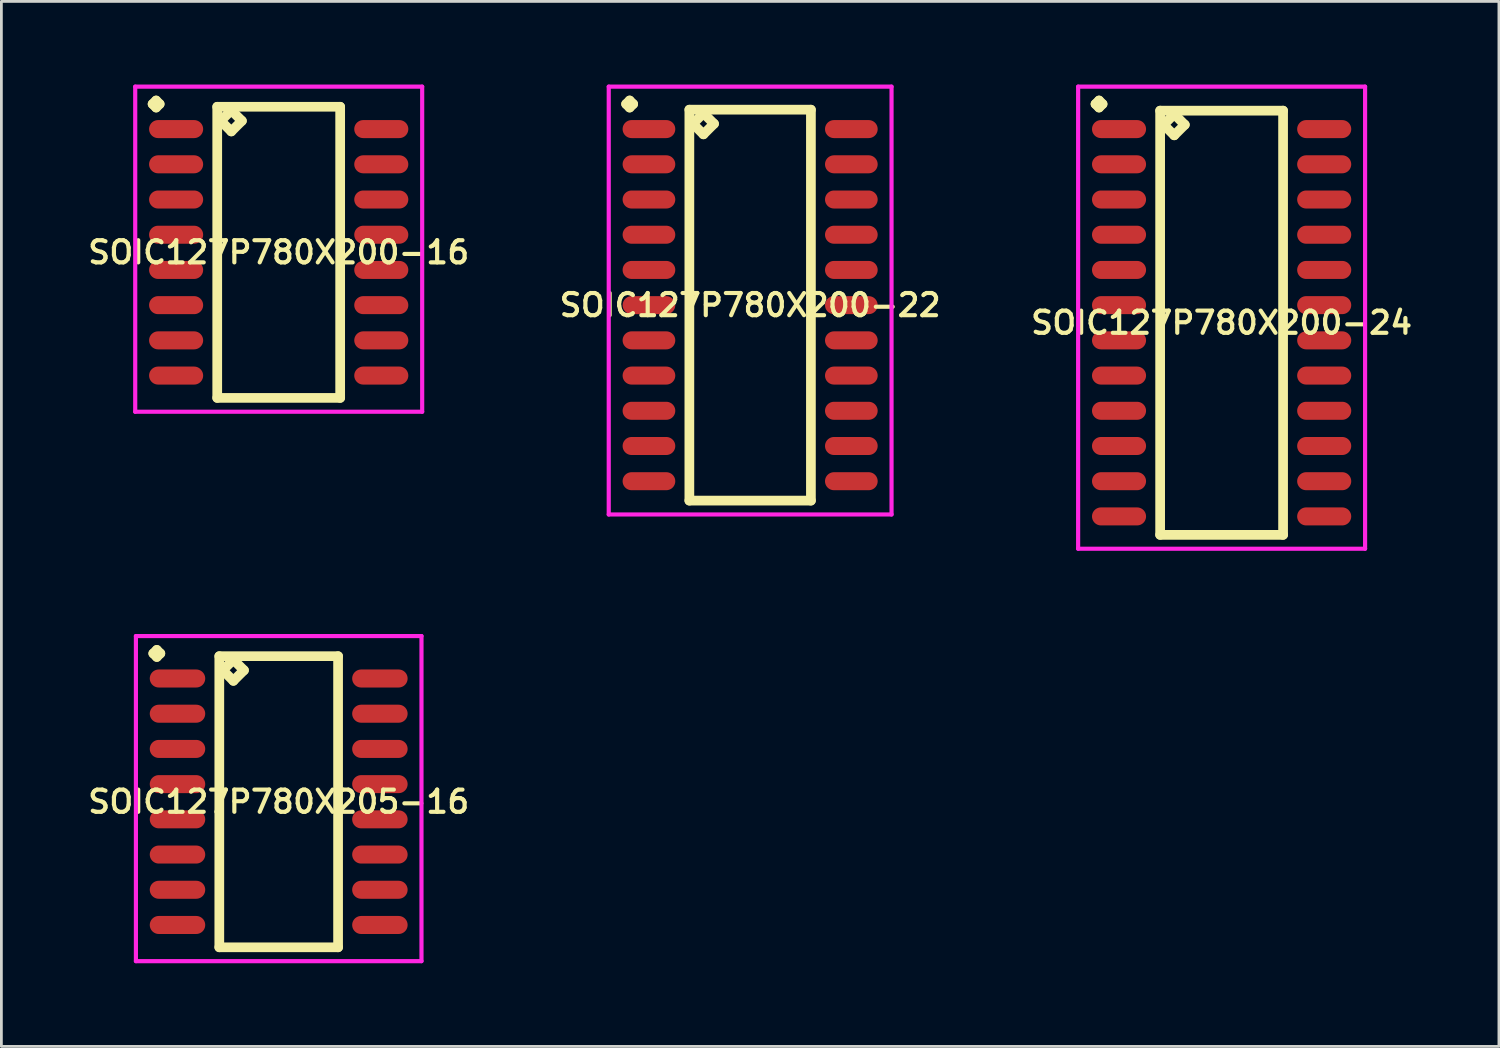
<source format=kicad_pcb>
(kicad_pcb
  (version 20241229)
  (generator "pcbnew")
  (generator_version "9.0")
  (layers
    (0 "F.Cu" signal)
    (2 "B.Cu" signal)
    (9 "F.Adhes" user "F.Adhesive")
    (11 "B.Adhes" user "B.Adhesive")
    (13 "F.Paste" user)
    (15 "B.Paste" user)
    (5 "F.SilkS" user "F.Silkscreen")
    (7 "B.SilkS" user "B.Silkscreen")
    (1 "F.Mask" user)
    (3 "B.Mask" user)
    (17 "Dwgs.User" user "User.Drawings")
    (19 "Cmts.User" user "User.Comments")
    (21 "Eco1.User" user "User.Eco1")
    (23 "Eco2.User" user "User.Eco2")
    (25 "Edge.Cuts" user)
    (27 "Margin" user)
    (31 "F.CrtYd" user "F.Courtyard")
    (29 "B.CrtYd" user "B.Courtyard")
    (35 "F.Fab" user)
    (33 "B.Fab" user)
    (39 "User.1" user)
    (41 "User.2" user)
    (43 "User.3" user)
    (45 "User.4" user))
  (footprint "SOIC127P780X205-16"
    (layer "F.Cu")
    (at 7.002 25.867)
    (property "Reference" "SOIC127P780X205-16" (at 0 0 0) (layer "F.SilkS") (effects (font (size 0.8 0.8) (thickness 0.15))))
    (attr smd)
    (fp_line (start -4.523 -5.349) (end -4.396 -5.476) (stroke (width 0.35) (type solid)) (layer "F.SilkS"))
    (fp_line (start -4.396 -5.476) (end -4.269 -5.349) (stroke (width 0.35) (type solid)) (layer "F.SilkS"))
    (fp_line (start -4.396 -5.222) (end -4.523 -5.349) (stroke (width 0.35) (type solid)) (layer "F.SilkS"))
    (fp_line (start -4.269 -5.349) (end -4.396 -5.222) (stroke (width 0.35) (type solid)) (layer "F.SilkS"))
    (fp_line (start -2.142 -5.25) (end -2.142 5.25) (stroke (width 0.35) (type solid)) (layer "F.SilkS"))
    (fp_line (start -2.142 5.25) (end 2.142 5.25) (stroke (width 0.35) (type solid)) (layer "F.SilkS"))
    (fp_line (start -2.015 -4.742) (end -1.634 -5.123) (stroke (width 0.35) (type solid)) (layer "F.SilkS"))
    (fp_line (start -1.634 -5.123) (end -1.253 -4.742) (stroke (width 0.35) (type solid)) (layer "F.SilkS"))
    (fp_line (start -1.634 -4.361) (end -2.015 -4.742) (stroke (width 0.35) (type solid)) (layer "F.SilkS"))
    (fp_line (start -1.253 -4.742) (end -1.634 -4.361) (stroke (width 0.35) (type solid)) (layer "F.SilkS"))
    (fp_line (start 2.142 -5.25) (end -2.142 -5.25) (stroke (width 0.35) (type solid)) (layer "F.SilkS"))
    (fp_line (start 2.142 5.25) (end 2.142 -5.25) (stroke (width 0.35) (type solid)) (layer "F.SilkS"))
    (fp_line (start -5.15 -5.976) (end 5.15 -5.976) (stroke (width 0.15) (type solid)) (layer "F.CrtYd"))
    (fp_line (start -5.15 5.75) (end -5.15 -5.976) (stroke (width 0.15) (type solid)) (layer "F.CrtYd"))
    (fp_line (start 5.15 -5.976) (end 5.15 5.75) (stroke (width 0.15) (type solid)) (layer "F.CrtYd"))
    (fp_line (start 5.15 5.75) (end -5.15 5.75) (stroke (width 0.15) (type solid)) (layer "F.CrtYd"))
    (pad "1" smd oval (at -3.65 -4.445) (size 2 0.65) (layers "F.Cu" "F.Mask" "F.Paste"))
    (pad "2" smd oval (at -3.65 -3.175) (size 2 0.65) (layers "F.Cu" "F.Mask" "F.Paste"))
    (pad "3" smd oval (at -3.65 -1.905) (size 2 0.65) (layers "F.Cu" "F.Mask" "F.Paste"))
    (pad "4" smd oval (at -3.65 -0.635) (size 2 0.65) (layers "F.Cu" "F.Mask" "F.Paste"))
    (pad "5" smd oval (at -3.65 0.635) (size 2 0.65) (layers "F.Cu" "F.Mask" "F.Paste"))
    (pad "6" smd oval (at -3.65 1.905) (size 2 0.65) (layers "F.Cu" "F.Mask" "F.Paste"))
    (pad "7" smd oval (at -3.65 3.175) (size 2 0.65) (layers "F.Cu" "F.Mask" "F.Paste"))
    (pad "8" smd oval (at -3.65 4.445) (size 2 0.65) (layers "F.Cu" "F.Mask" "F.Paste"))
    (pad "9" smd oval (at 3.65 4.445) (size 2 0.65) (layers "F.Cu" "F.Mask" "F.Paste"))
    (pad "10" smd oval (at 3.65 3.175) (size 2 0.65) (layers "F.Cu" "F.Mask" "F.Paste"))
    (pad "11" smd oval (at 3.65 1.905) (size 2 0.65) (layers "F.Cu" "F.Mask" "F.Paste"))
    (pad "12" smd oval (at 3.65 0.635) (size 2 0.65) (layers "F.Cu" "F.Mask" "F.Paste"))
    (pad "13" smd oval (at 3.65 -0.635) (size 2 0.65) (layers "F.Cu" "F.Mask" "F.Paste"))
    (pad "14" smd oval (at 3.65 -1.905) (size 2 0.65) (layers "F.Cu" "F.Mask" "F.Paste"))
    (pad "15" smd oval (at 3.65 -3.175) (size 2 0.65) (layers "F.Cu" "F.Mask" "F.Paste"))
    (pad "16" smd oval (at 3.65 -4.445) (size 2 0.65) (layers "F.Cu" "F.Mask" "F.Paste")))
  (footprint "SOIC127P780X200-24"
    (layer "F.Cu")
    (at 41.011 8.591)
    (property "Reference" "SOIC127P780X200-24" (at 0 0 0) (layer "F.SilkS") (effects (font (size 0.8 0.8) (thickness 0.15))))
    (attr smd)
    (fp_line (start -4.548 -7.889) (end -4.421 -8.016) (stroke (width 0.35) (type solid)) (layer "F.SilkS"))
    (fp_line (start -4.421 -8.016) (end -4.294 -7.889) (stroke (width 0.35) (type solid)) (layer "F.SilkS"))
    (fp_line (start -4.421 -7.762) (end -4.548 -7.889) (stroke (width 0.35) (type solid)) (layer "F.SilkS"))
    (fp_line (start -4.294 -7.889) (end -4.421 -7.762) (stroke (width 0.35) (type solid)) (layer "F.SilkS"))
    (fp_line (start -2.217 -7.65) (end -2.217 7.65) (stroke (width 0.35) (type solid)) (layer "F.SilkS"))
    (fp_line (start -2.217 7.65) (end 2.217 7.65) (stroke (width 0.35) (type solid)) (layer "F.SilkS"))
    (fp_line (start -2.09 -7.142) (end -1.709 -7.523) (stroke (width 0.35) (type solid)) (layer "F.SilkS"))
    (fp_line (start -1.709 -7.523) (end -1.328 -7.142) (stroke (width 0.35) (type solid)) (layer "F.SilkS"))
    (fp_line (start -1.709 -6.761) (end -2.09 -7.142) (stroke (width 0.35) (type solid)) (layer "F.SilkS"))
    (fp_line (start -1.328 -7.142) (end -1.709 -6.761) (stroke (width 0.35) (type solid)) (layer "F.SilkS"))
    (fp_line (start 2.217 -7.65) (end -2.217 -7.65) (stroke (width 0.35) (type solid)) (layer "F.SilkS"))
    (fp_line (start 2.217 7.65) (end 2.217 -7.65) (stroke (width 0.35) (type solid)) (layer "F.SilkS"))
    (fp_line (start -5.175 -8.516) (end 5.175 -8.516) (stroke (width 0.15) (type solid)) (layer "F.CrtYd"))
    (fp_line (start -5.175 8.15) (end -5.175 -8.516) (stroke (width 0.15) (type solid)) (layer "F.CrtYd"))
    (fp_line (start 5.175 -8.516) (end 5.175 8.15) (stroke (width 0.15) (type solid)) (layer "F.CrtYd"))
    (fp_line (start 5.175 8.15) (end -5.175 8.15) (stroke (width 0.15) (type solid)) (layer "F.CrtYd"))
    (pad "1" smd oval (at -3.7 -6.985) (size 1.95 0.65) (layers "F.Cu" "F.Mask" "F.Paste"))
    (pad "2" smd oval (at -3.7 -5.715) (size 1.95 0.65) (layers "F.Cu" "F.Mask" "F.Paste"))
    (pad "3" smd oval (at -3.7 -4.445) (size 1.95 0.65) (layers "F.Cu" "F.Mask" "F.Paste"))
    (pad "4" smd oval (at -3.7 -3.175) (size 1.95 0.65) (layers "F.Cu" "F.Mask" "F.Paste"))
    (pad "5" smd oval (at -3.7 -1.905) (size 1.95 0.65) (layers "F.Cu" "F.Mask" "F.Paste"))
    (pad "6" smd oval (at -3.7 -0.635) (size 1.95 0.65) (layers "F.Cu" "F.Mask" "F.Paste"))
    (pad "7" smd oval (at -3.7 0.635) (size 1.95 0.65) (layers "F.Cu" "F.Mask" "F.Paste"))
    (pad "8" smd oval (at -3.7 1.905) (size 1.95 0.65) (layers "F.Cu" "F.Mask" "F.Paste"))
    (pad "9" smd oval (at -3.7 3.175) (size 1.95 0.65) (layers "F.Cu" "F.Mask" "F.Paste"))
    (pad "10" smd oval (at -3.7 4.445) (size 1.95 0.65) (layers "F.Cu" "F.Mask" "F.Paste"))
    (pad "11" smd oval (at -3.7 5.715) (size 1.95 0.65) (layers "F.Cu" "F.Mask" "F.Paste"))
    (pad "12" smd oval (at -3.7 6.985) (size 1.95 0.65) (layers "F.Cu" "F.Mask" "F.Paste"))
    (pad "13" smd oval (at 3.7 6.985) (size 1.95 0.65) (layers "F.Cu" "F.Mask" "F.Paste"))
    (pad "14" smd oval (at 3.7 5.715) (size 1.95 0.65) (layers "F.Cu" "F.Mask" "F.Paste"))
    (pad "15" smd oval (at 3.7 4.445) (size 1.95 0.65) (layers "F.Cu" "F.Mask" "F.Paste"))
    (pad "16" smd oval (at 3.7 3.175) (size 1.95 0.65) (layers "F.Cu" "F.Mask" "F.Paste"))
    (pad "17" smd oval (at 3.7 1.905) (size 1.95 0.65) (layers "F.Cu" "F.Mask" "F.Paste"))
    (pad "18" smd oval (at 3.7 0.635) (size 1.95 0.65) (layers "F.Cu" "F.Mask" "F.Paste"))
    (pad "19" smd oval (at 3.7 -0.635) (size 1.95 0.65) (layers "F.Cu" "F.Mask" "F.Paste"))
    (pad "20" smd oval (at 3.7 -1.905) (size 1.95 0.65) (layers "F.Cu" "F.Mask" "F.Paste"))
    (pad "21" smd oval (at 3.7 -3.175) (size 1.95 0.65) (layers "F.Cu" "F.Mask" "F.Paste"))
    (pad "22" smd oval (at 3.7 -4.445) (size 1.95 0.65) (layers "F.Cu" "F.Mask" "F.Paste"))
    (pad "23" smd oval (at 3.7 -5.715) (size 1.95 0.65) (layers "F.Cu" "F.Mask" "F.Paste"))
    (pad "24" smd oval (at 3.7 -6.985) (size 1.95 0.65) (layers "F.Cu" "F.Mask" "F.Paste")))
  (footprint "SOIC127P780X200-22"
    (layer "F.Cu")
    (at 24.006 7.956)
    (property "Reference" "SOIC127P780X200-22" (at 0 0 0) (layer "F.SilkS") (effects (font (size 0.8 0.8) (thickness 0.15))))
    (attr smd)
    (fp_line (start -4.473 -7.254) (end -4.346 -7.381) (stroke (width 0.35) (type solid)) (layer "F.SilkS"))
    (fp_line (start -4.346 -7.381) (end -4.219 -7.254) (stroke (width 0.35) (type solid)) (layer "F.SilkS"))
    (fp_line (start -4.346 -7.127) (end -4.473 -7.254) (stroke (width 0.35) (type solid)) (layer "F.SilkS"))
    (fp_line (start -4.219 -7.254) (end -4.346 -7.127) (stroke (width 0.35) (type solid)) (layer "F.SilkS"))
    (fp_line (start -2.192 -7.05) (end -2.192 7.05) (stroke (width 0.35) (type solid)) (layer "F.SilkS"))
    (fp_line (start -2.192 7.05) (end 2.192 7.05) (stroke (width 0.35) (type solid)) (layer "F.SilkS"))
    (fp_line (start -2.065 -6.542) (end -1.684 -6.923) (stroke (width 0.35) (type solid)) (layer "F.SilkS"))
    (fp_line (start -1.684 -6.923) (end -1.303 -6.542) (stroke (width 0.35) (type solid)) (layer "F.SilkS"))
    (fp_line (start -1.684 -6.161) (end -2.065 -6.542) (stroke (width 0.35) (type solid)) (layer "F.SilkS"))
    (fp_line (start -1.303 -6.542) (end -1.684 -6.161) (stroke (width 0.35) (type solid)) (layer "F.SilkS"))
    (fp_line (start 2.192 -7.05) (end -2.192 -7.05) (stroke (width 0.35) (type solid)) (layer "F.SilkS"))
    (fp_line (start 2.192 7.05) (end 2.192 -7.05) (stroke (width 0.35) (type solid)) (layer "F.SilkS"))
    (fp_line (start -5.1 -7.881) (end 5.1 -7.881) (stroke (width 0.15) (type solid)) (layer "F.CrtYd"))
    (fp_line (start -5.1 7.55) (end -5.1 -7.881) (stroke (width 0.15) (type solid)) (layer "F.CrtYd"))
    (fp_line (start 5.1 -7.881) (end 5.1 7.55) (stroke (width 0.15) (type solid)) (layer "F.CrtYd"))
    (fp_line (start 5.1 7.55) (end -5.1 7.55) (stroke (width 0.15) (type solid)) (layer "F.CrtYd"))
    (pad "1" smd oval (at -3.65 -6.35) (size 1.9 0.65) (layers "F.Cu" "F.Mask" "F.Paste"))
    (pad "2" smd oval (at -3.65 -5.08) (size 1.9 0.65) (layers "F.Cu" "F.Mask" "F.Paste"))
    (pad "3" smd oval (at -3.65 -3.81) (size 1.9 0.65) (layers "F.Cu" "F.Mask" "F.Paste"))
    (pad "4" smd oval (at -3.65 -2.54) (size 1.9 0.65) (layers "F.Cu" "F.Mask" "F.Paste"))
    (pad "5" smd oval (at -3.65 -1.27) (size 1.9 0.65) (layers "F.Cu" "F.Mask" "F.Paste"))
    (pad "6" smd oval (at -3.65 0) (size 1.9 0.65) (layers "F.Cu" "F.Mask" "F.Paste"))
    (pad "7" smd oval (at -3.65 1.27) (size 1.9 0.65) (layers "F.Cu" "F.Mask" "F.Paste"))
    (pad "8" smd oval (at -3.65 2.54) (size 1.9 0.65) (layers "F.Cu" "F.Mask" "F.Paste"))
    (pad "9" smd oval (at -3.65 3.81) (size 1.9 0.65) (layers "F.Cu" "F.Mask" "F.Paste"))
    (pad "10" smd oval (at -3.65 5.08) (size 1.9 0.65) (layers "F.Cu" "F.Mask" "F.Paste"))
    (pad "11" smd oval (at -3.65 6.35) (size 1.9 0.65) (layers "F.Cu" "F.Mask" "F.Paste"))
    (pad "12" smd oval (at 3.65 6.35) (size 1.9 0.65) (layers "F.Cu" "F.Mask" "F.Paste"))
    (pad "13" smd oval (at 3.65 5.08) (size 1.9 0.65) (layers "F.Cu" "F.Mask" "F.Paste"))
    (pad "14" smd oval (at 3.65 3.81) (size 1.9 0.65) (layers "F.Cu" "F.Mask" "F.Paste"))
    (pad "15" smd oval (at 3.65 2.54) (size 1.9 0.65) (layers "F.Cu" "F.Mask" "F.Paste"))
    (pad "16" smd oval (at 3.65 1.27) (size 1.9 0.65) (layers "F.Cu" "F.Mask" "F.Paste"))
    (pad "17" smd oval (at 3.65 0) (size 1.9 0.65) (layers "F.Cu" "F.Mask" "F.Paste"))
    (pad "18" smd oval (at 3.65 -1.27) (size 1.9 0.65) (layers "F.Cu" "F.Mask" "F.Paste"))
    (pad "19" smd oval (at 3.65 -2.54) (size 1.9 0.65) (layers "F.Cu" "F.Mask" "F.Paste"))
    (pad "20" smd oval (at 3.65 -3.81) (size 1.9 0.65) (layers "F.Cu" "F.Mask" "F.Paste"))
    (pad "21" smd oval (at 3.65 -5.08) (size 1.9 0.65) (layers "F.Cu" "F.Mask" "F.Paste"))
    (pad "22" smd oval (at 3.65 -6.35) (size 1.9 0.65) (layers "F.Cu" "F.Mask" "F.Paste")))
  (footprint "SOIC127P780X200-16"
    (layer "F.Cu")
    (at 7.002 6.051)
    (property "Reference" "SOIC127P780X200-16" (at 0 0 0) (layer "F.SilkS") (effects (font (size 0.8 0.8) (thickness 0.15))))
    (attr smd)
    (fp_line (start -4.548 -5.349) (end -4.421 -5.476) (stroke (width 0.35) (type solid)) (layer "F.SilkS"))
    (fp_line (start -4.421 -5.476) (end -4.294 -5.349) (stroke (width 0.35) (type solid)) (layer "F.SilkS"))
    (fp_line (start -4.421 -5.222) (end -4.548 -5.349) (stroke (width 0.35) (type solid)) (layer "F.SilkS"))
    (fp_line (start -4.294 -5.349) (end -4.421 -5.222) (stroke (width 0.35) (type solid)) (layer "F.SilkS"))
    (fp_line (start -2.217 -5.25) (end -2.217 5.25) (stroke (width 0.35) (type solid)) (layer "F.SilkS"))
    (fp_line (start -2.217 5.25) (end 2.217 5.25) (stroke (width 0.35) (type solid)) (layer "F.SilkS"))
    (fp_line (start -2.09 -4.742) (end -1.709 -5.123) (stroke (width 0.35) (type solid)) (layer "F.SilkS"))
    (fp_line (start -1.709 -5.123) (end -1.328 -4.742) (stroke (width 0.35) (type solid)) (layer "F.SilkS"))
    (fp_line (start -1.709 -4.361) (end -2.09 -4.742) (stroke (width 0.35) (type solid)) (layer "F.SilkS"))
    (fp_line (start -1.328 -4.742) (end -1.709 -4.361) (stroke (width 0.35) (type solid)) (layer "F.SilkS"))
    (fp_line (start 2.217 -5.25) (end -2.217 -5.25) (stroke (width 0.35) (type solid)) (layer "F.SilkS"))
    (fp_line (start 2.217 5.25) (end 2.217 -5.25) (stroke (width 0.35) (type solid)) (layer "F.SilkS"))
    (fp_line (start -5.175 -5.976) (end 5.175 -5.976) (stroke (width 0.15) (type solid)) (layer "F.CrtYd"))
    (fp_line (start -5.175 5.75) (end -5.175 -5.976) (stroke (width 0.15) (type solid)) (layer "F.CrtYd"))
    (fp_line (start 5.175 -5.976) (end 5.175 5.75) (stroke (width 0.15) (type solid)) (layer "F.CrtYd"))
    (fp_line (start 5.175 5.75) (end -5.175 5.75) (stroke (width 0.15) (type solid)) (layer "F.CrtYd"))
    (pad "1" smd oval (at -3.7 -4.445) (size 1.95 0.65) (layers "F.Cu" "F.Mask" "F.Paste"))
    (pad "2" smd oval (at -3.7 -3.175) (size 1.95 0.65) (layers "F.Cu" "F.Mask" "F.Paste"))
    (pad "3" smd oval (at -3.7 -1.905) (size 1.95 0.65) (layers "F.Cu" "F.Mask" "F.Paste"))
    (pad "4" smd oval (at -3.7 -0.635) (size 1.95 0.65) (layers "F.Cu" "F.Mask" "F.Paste"))
    (pad "5" smd oval (at -3.7 0.635) (size 1.95 0.65) (layers "F.Cu" "F.Mask" "F.Paste"))
    (pad "6" smd oval (at -3.7 1.905) (size 1.95 0.65) (layers "F.Cu" "F.Mask" "F.Paste"))
    (pad "7" smd oval (at -3.7 3.175) (size 1.95 0.65) (layers "F.Cu" "F.Mask" "F.Paste"))
    (pad "8" smd oval (at -3.7 4.445) (size 1.95 0.65) (layers "F.Cu" "F.Mask" "F.Paste"))
    (pad "9" smd oval (at 3.7 4.445) (size 1.95 0.65) (layers "F.Cu" "F.Mask" "F.Paste"))
    (pad "10" smd oval (at 3.7 3.175) (size 1.95 0.65) (layers "F.Cu" "F.Mask" "F.Paste"))
    (pad "11" smd oval (at 3.7 1.905) (size 1.95 0.65) (layers "F.Cu" "F.Mask" "F.Paste"))
    (pad "12" smd oval (at 3.7 0.635) (size 1.95 0.65) (layers "F.Cu" "F.Mask" "F.Paste"))
    (pad "13" smd oval (at 3.7 -0.635) (size 1.95 0.65) (layers "F.Cu" "F.Mask" "F.Paste"))
    (pad "14" smd oval (at 3.7 -1.905) (size 1.95 0.65) (layers "F.Cu" "F.Mask" "F.Paste"))
    (pad "15" smd oval (at 3.7 -3.175) (size 1.95 0.65) (layers "F.Cu" "F.Mask" "F.Paste"))
    (pad "16" smd oval (at 3.7 -4.445) (size 1.95 0.65) (layers "F.Cu" "F.Mask" "F.Paste")))
  (gr_rect
    (start -3 -3)
    (end 51.013 34.692)
    (stroke (width 0.1) (type default))
    (fill no)
    (layer "Edge.Cuts")))
</source>
